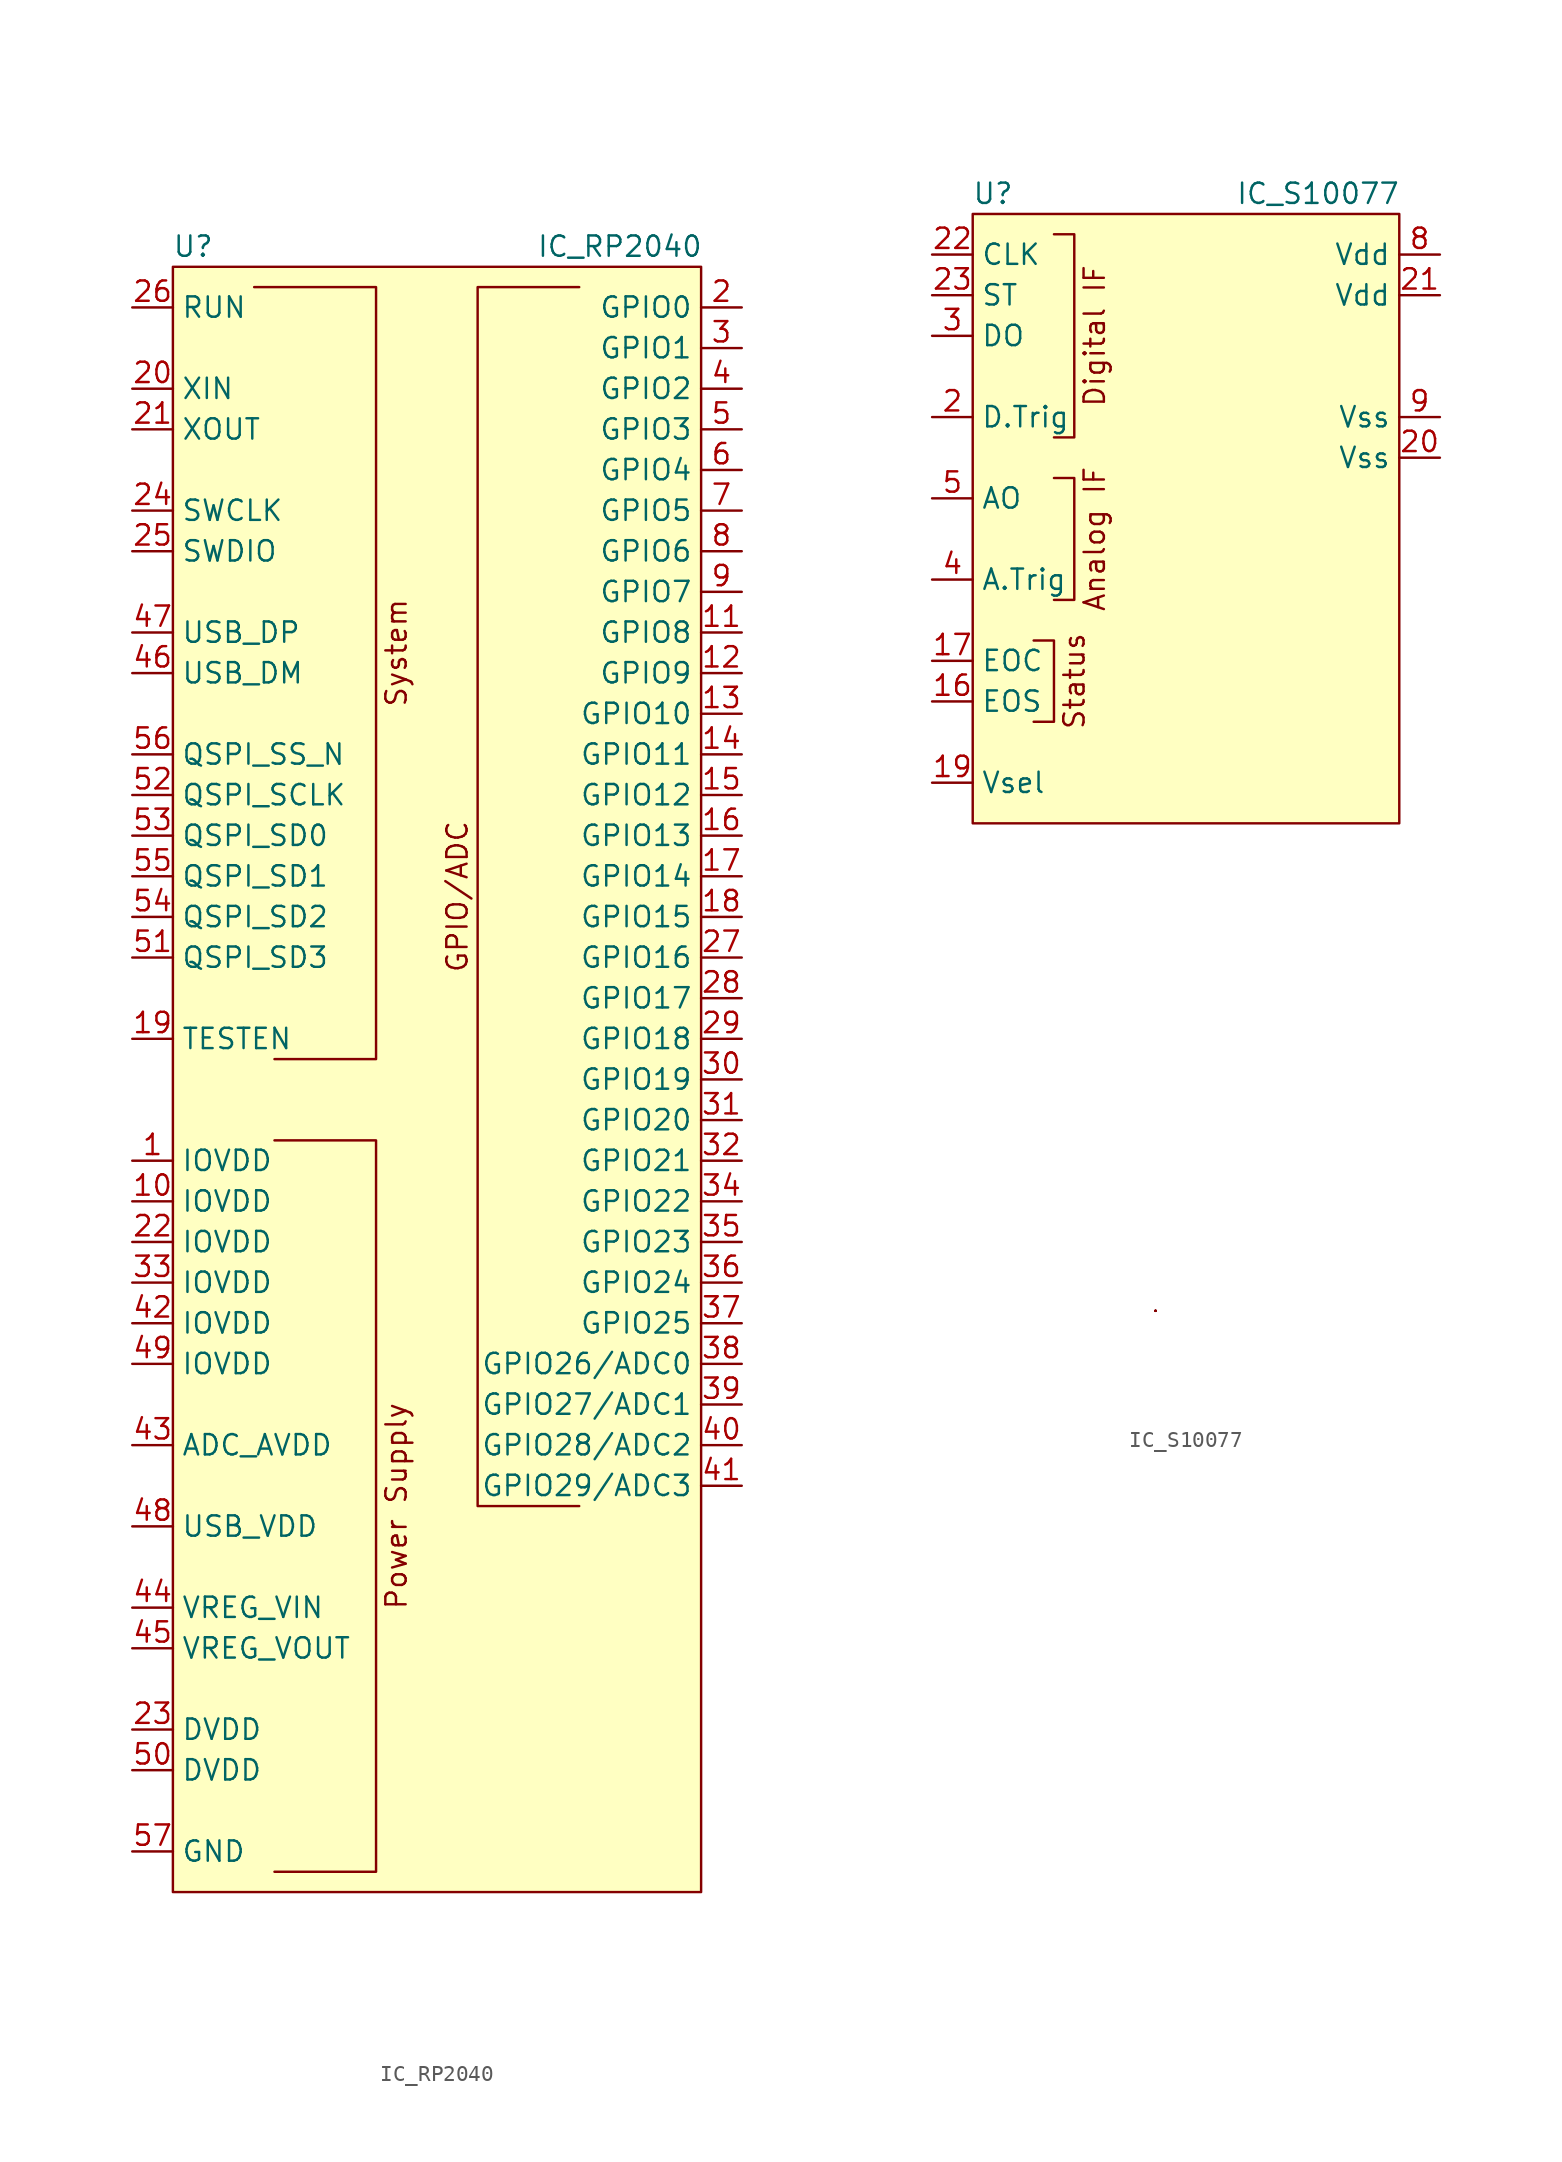
<source format=kicad_sym>
(kicad_symbol_lib
  (version 20220126)
  (generator kicad_symbol_editor)
  (symbol "IC_RP2040"
    (property "Reference" "U"
      (at -15.24 50.8 0)
      (effects (font (size 1.27 1.27))))
    (property "Value" "IC_RP2040"
      (at 11.43 50.8 0)
      (effects (font (size 1.27 1.27))))
    (symbol "IC_RP2040_0_0"
      (polyline (pts (xy -10.16 0) (xy -3.81 0) (xy -3.81 48.26) (xy -11.43 48.26)) (stroke (width 0) (type default)) (fill (type none)))
      (polyline (pts (xy 8.89 -27.94) (xy 2.54 -27.94) (xy 2.54 48.26) (xy 8.89 48.26)) (stroke (width 0) (type default)) (fill (type none)))
      (text "GPIO/ADC" (at 1.27 10.16 900) (effects (font (size 1.27 1.27))))
      (text "Power Supply" (at -2.54 -27.94 900) (effects (font (size 1.27 1.27))))
      (text "System\n" (at -2.54 25.4 900) (effects (font (size 1.27 1.27)))))
    (symbol "IC_RP2040_0_1"
      (rectangle (start -16.51 49.53) (end 16.51 -52.07) (stroke (width 0) (type default)) (fill (type background)))
      (polyline (pts (xy -10.16 -50.8) (xy -3.81 -50.8) (xy -3.81 -5.08) (xy -10.16 -5.08)) (stroke (width 0) (type default)) (fill (type none))))
    (symbol "IC_RP2040_1_1"
      (pin power_in line (at -19.05 -6.35 0) (length 2.54) (name "IOVDD" (effects (font (size 1.27 1.27)))) (number "1" (effects (font (size 1.27 1.27)))))
      (pin power_in line (at -19.05 -8.89 0) (length 2.54) (name "IOVDD" (effects (font (size 1.27 1.27)))) (number "10" (effects (font (size 1.27 1.27)))))
      (pin bidirectional line (at 19.05 26.67 180) (length 2.54) (name "GPIO8" (effects (font (size 1.27 1.27)))) (number "11" (effects (font (size 1.27 1.27)))))
      (pin bidirectional line (at 19.05 24.13 180) (length 2.54) (name "GPIO9" (effects (font (size 1.27 1.27)))) (number "12" (effects (font (size 1.27 1.27)))))
      (pin bidirectional line (at 19.05 21.59 180) (length 2.54) (name "GPIO10" (effects (font (size 1.27 1.27)))) (number "13" (effects (font (size 1.27 1.27)))))
      (pin bidirectional line (at 19.05 19.05 180) (length 2.54) (name "GPIO11" (effects (font (size 1.27 1.27)))) (number "14" (effects (font (size 1.27 1.27)))))
      (pin bidirectional line (at 19.05 16.51 180) (length 2.54) (name "GPIO12" (effects (font (size 1.27 1.27)))) (number "15" (effects (font (size 1.27 1.27)))))
      (pin bidirectional line (at 19.05 13.97 180) (length 2.54) (name "GPIO13" (effects (font (size 1.27 1.27)))) (number "16" (effects (font (size 1.27 1.27)))))
      (pin bidirectional line (at 19.05 11.43 180) (length 2.54) (name "GPIO14" (effects (font (size 1.27 1.27)))) (number "17" (effects (font (size 1.27 1.27)))))
      (pin bidirectional line (at 19.05 8.89 180) (length 2.54) (name "GPIO15" (effects (font (size 1.27 1.27)))) (number "18" (effects (font (size 1.27 1.27)))))
      (pin passive line (at -19.05 1.27 0) (length 2.54) (name "TESTEN" (effects (font (size 1.27 1.27)))) (number "19" (effects (font (size 1.27 1.27)))))
      (pin bidirectional line (at 19.05 46.99 180) (length 2.54) (name "GPIO0" (effects (font (size 1.27 1.27)))) (number "2" (effects (font (size 1.27 1.27)))))
      (pin passive line (at -19.05 41.91 0) (length 2.54) (name "XIN" (effects (font (size 1.27 1.27)))) (number "20" (effects (font (size 1.27 1.27)))))
      (pin passive line (at -19.05 39.37 0) (length 2.54) (name "XOUT" (effects (font (size 1.27 1.27)))) (number "21" (effects (font (size 1.27 1.27)))))
      (pin power_in line (at -19.05 -11.43 0) (length 2.54) (name "IOVDD" (effects (font (size 1.27 1.27)))) (number "22" (effects (font (size 1.27 1.27)))))
      (pin power_in line (at -19.05 -41.91 0) (length 2.54) (name "DVDD" (effects (font (size 1.27 1.27)))) (number "23" (effects (font (size 1.27 1.27)))))
      (pin bidirectional line (at -19.05 34.29 0) (length 2.54) (name "SWCLK" (effects (font (size 1.27 1.27)))) (number "24" (effects (font (size 1.27 1.27)))))
      (pin bidirectional line (at -19.05 31.75 0) (length 2.54) (name "SWDIO" (effects (font (size 1.27 1.27)))) (number "25" (effects (font (size 1.27 1.27)))))
      (pin input line (at -19.05 46.99 0) (length 2.54) (name "RUN" (effects (font (size 1.27 1.27)))) (number "26" (effects (font (size 1.27 1.27)))))
      (pin bidirectional line (at 19.05 6.35 180) (length 2.54) (name "GPIO16" (effects (font (size 1.27 1.27)))) (number "27" (effects (font (size 1.27 1.27)))))
      (pin bidirectional line (at 19.05 3.81 180) (length 2.54) (name "GPIO17" (effects (font (size 1.27 1.27)))) (number "28" (effects (font (size 1.27 1.27)))))
      (pin bidirectional line (at 19.05 1.27 180) (length 2.54) (name "GPIO18" (effects (font (size 1.27 1.27)))) (number "29" (effects (font (size 1.27 1.27)))))
      (pin bidirectional line (at 19.05 44.45 180) (length 2.54) (name "GPIO1" (effects (font (size 1.27 1.27)))) (number "3" (effects (font (size 1.27 1.27)))))
      (pin bidirectional line (at 19.05 -1.27 180) (length 2.54) (name "GPIO19" (effects (font (size 1.27 1.27)))) (number "30" (effects (font (size 1.27 1.27)))))
      (pin bidirectional line (at 19.05 -3.81 180) (length 2.54) (name "GPIO20" (effects (font (size 1.27 1.27)))) (number "31" (effects (font (size 1.27 1.27)))))
      (pin bidirectional line (at 19.05 -6.35 180) (length 2.54) (name "GPIO21" (effects (font (size 1.27 1.27)))) (number "32" (effects (font (size 1.27 1.27)))))
      (pin power_in line (at -19.05 -13.97 0) (length 2.54) (name "IOVDD" (effects (font (size 1.27 1.27)))) (number "33" (effects (font (size 1.27 1.27)))))
      (pin bidirectional line (at 19.05 -8.89 180) (length 2.54) (name "GPIO22" (effects (font (size 1.27 1.27)))) (number "34" (effects (font (size 1.27 1.27)))))
      (pin bidirectional line (at 19.05 -11.43 180) (length 2.54) (name "GPIO23" (effects (font (size 1.27 1.27)))) (number "35" (effects (font (size 1.27 1.27)))))
      (pin bidirectional line (at 19.05 -13.97 180) (length 2.54) (name "GPIO24" (effects (font (size 1.27 1.27)))) (number "36" (effects (font (size 1.27 1.27)))))
      (pin bidirectional line (at 19.05 -16.51 180) (length 2.54) (name "GPIO25" (effects (font (size 1.27 1.27)))) (number "37" (effects (font (size 1.27 1.27)))))
      (pin bidirectional line (at 19.05 -19.05 180) (length 2.54) (name "GPIO26/ADC0" (effects (font (size 1.27 1.27)))) (number "38" (effects (font (size 1.27 1.27)))))
      (pin bidirectional line (at 19.05 -21.59 180) (length 2.54) (name "GPIO27/ADC1" (effects (font (size 1.27 1.27)))) (number "39" (effects (font (size 1.27 1.27)))))
      (pin bidirectional line (at 19.05 41.91 180) (length 2.54) (name "GPIO2" (effects (font (size 1.27 1.27)))) (number "4" (effects (font (size 1.27 1.27)))))
      (pin bidirectional line (at 19.05 -24.13 180) (length 2.54) (name "GPIO28/ADC2" (effects (font (size 1.27 1.27)))) (number "40" (effects (font (size 1.27 1.27)))))
      (pin bidirectional line (at 19.05 -26.67 180) (length 2.54) (name "GPIO29/ADC3" (effects (font (size 1.27 1.27)))) (number "41" (effects (font (size 1.27 1.27)))))
      (pin power_in line (at -19.05 -16.51 0) (length 2.54) (name "IOVDD" (effects (font (size 1.27 1.27)))) (number "42" (effects (font (size 1.27 1.27)))))
      (pin power_in line (at -19.05 -24.13 0) (length 2.54) (name "ADC_AVDD" (effects (font (size 1.27 1.27)))) (number "43" (effects (font (size 1.27 1.27)))))
      (pin power_in line (at -19.05 -34.29 0) (length 2.54) (name "VREG_VIN" (effects (font (size 1.27 1.27)))) (number "44" (effects (font (size 1.27 1.27)))))
      (pin power_out line (at -19.05 -36.83 0) (length 2.54) (name "VREG_VOUT" (effects (font (size 1.27 1.27)))) (number "45" (effects (font (size 1.27 1.27)))))
      (pin bidirectional line (at -19.05 24.13 0) (length 2.54) (name "USB_DM" (effects (font (size 1.27 1.27)))) (number "46" (effects (font (size 1.27 1.27)))))
      (pin bidirectional line (at -19.05 26.67 0) (length 2.54) (name "USB_DP" (effects (font (size 1.27 1.27)))) (number "47" (effects (font (size 1.27 1.27)))))
      (pin power_in line (at -19.05 -29.21 0) (length 2.54) (name "USB_VDD" (effects (font (size 1.27 1.27)))) (number "48" (effects (font (size 1.27 1.27)))))
      (pin power_in line (at -19.05 -19.05 0) (length 2.54) (name "IOVDD" (effects (font (size 1.27 1.27)))) (number "49" (effects (font (size 1.27 1.27)))))
      (pin bidirectional line (at 19.05 39.37 180) (length 2.54) (name "GPIO3" (effects (font (size 1.27 1.27)))) (number "5" (effects (font (size 1.27 1.27)))))
      (pin power_in line (at -19.05 -44.45 0) (length 2.54) (name "DVDD" (effects (font (size 1.27 1.27)))) (number "50" (effects (font (size 1.27 1.27)))))
      (pin bidirectional line (at -19.05 6.35 0) (length 2.54) (name "QSPI_SD3" (effects (font (size 1.27 1.27)))) (number "51" (effects (font (size 1.27 1.27)))))
      (pin bidirectional line (at -19.05 16.51 0) (length 2.54) (name "QSPI_SCLK" (effects (font (size 1.27 1.27)))) (number "52" (effects (font (size 1.27 1.27)))))
      (pin bidirectional line (at -19.05 13.97 0) (length 2.54) (name "QSPI_SD0" (effects (font (size 1.27 1.27)))) (number "53" (effects (font (size 1.27 1.27)))))
      (pin bidirectional line (at -19.05 8.89 0) (length 2.54) (name "QSPI_SD2" (effects (font (size 1.27 1.27)))) (number "54" (effects (font (size 1.27 1.27)))))
      (pin bidirectional line (at -19.05 11.43 0) (length 2.54) (name "QSPI_SD1" (effects (font (size 1.27 1.27)))) (number "55" (effects (font (size 1.27 1.27)))))
      (pin bidirectional line (at -19.05 19.05 0) (length 2.54) (name "QSPI_SS_N" (effects (font (size 1.27 1.27)))) (number "56" (effects (font (size 1.27 1.27)))))
      (pin power_in line (at -19.05 -49.53 0) (length 2.54) (name "GND" (effects (font (size 1.27 1.27)))) (number "57" (effects (font (size 1.27 1.27)))))
      (pin bidirectional line (at 19.05 36.83 180) (length 2.54) (name "GPIO4" (effects (font (size 1.27 1.27)))) (number "6" (effects (font (size 1.27 1.27)))))
      (pin bidirectional line (at 19.05 34.29 180) (length 2.54) (name "GPIO5" (effects (font (size 1.27 1.27)))) (number "7" (effects (font (size 1.27 1.27)))))
      (pin bidirectional line (at 19.05 31.75 180) (length 2.54) (name "GPIO6" (effects (font (size 1.27 1.27)))) (number "8" (effects (font (size 1.27 1.27)))))
      (pin bidirectional line (at 19.05 29.21 180) (length 2.54) (name "GPIO7" (effects (font (size 1.27 1.27)))) (number "9" (effects (font (size 1.27 1.27)))))))
  (symbol "IC_S10077"
    (property "Reference" "U"
      (at -12.7 21.59 0)
      (effects (font (size 1.27 1.27))))
    (property "Value" "IC_S10077"
      (at 7.62 21.59 0)
      (effects (font (size 1.27 1.27))))
    (symbol "IC_S10077_0_0"
      (text "Analog IF" (at -6.35 0 900) (effects (font (size 1.27 1.27))))
      (text "Digital IF" (at -6.35 12.7 900) (effects (font (size 1.27 1.27))))
      (text "Status" (at -7.62 -8.89 900) (effects (font (size 1.27 1.27)))))
    (symbol "IC_S10077_0_1"
      (rectangle (start -13.97 20.32) (end 12.7 -17.78) (stroke (width 0) (type default)) (fill (type background)))
      (rectangle (start -2.54 -48.26) (end -2.54 -48.26) (stroke (width 0) (type default)) (fill (type none)))
      (rectangle (start -2.54 -48.26) (end -2.54 -48.26) (stroke (width 0) (type default)) (fill (type none)))
      (rectangle (start -2.54 -48.26) (end -2.54 -48.26) (stroke (width 0) (type default)) (fill (type none)))
      (rectangle (start -2.54 -48.26) (end -2.54 -48.26) (stroke (width 0) (type default)) (fill (type none)))
      (rectangle (start -2.54 -48.26) (end -2.54 -48.26) (stroke (width 0) (type default)) (fill (type none)))
      (rectangle (start -2.54 -48.26) (end -2.54 -48.26) (stroke (width 0) (type default)) (fill (type none)))
      (polyline (pts (xy -10.16 -6.35) (xy -8.89 -6.35) (xy -8.89 -11.43) (xy -10.16 -11.43)) (stroke (width 0) (type default)) (fill (type none)))
      (polyline (pts (xy -8.89 -3.81) (xy -7.62 -3.81) (xy -7.62 3.81) (xy -8.89 3.81)) (stroke (width 0) (type default)) (fill (type none)))
      (polyline (pts (xy -8.89 6.35) (xy -7.62 6.35) (xy -7.62 19.05) (xy -8.89 19.05)) (stroke (width 0) (type default)) (fill (type none))))
    (symbol "IC_S10077_1_1"
      (pin no_connect line (at 15.24 2.54 180) (length 2.54) hide (name "NC" (effects (font (size 1.27 1.27)))) (number "1" (effects (font (size 1.27 1.27)))))
      (pin no_connect line (at 15.24 -5.08 180) (length 2.54) hide (name "NC" (effects (font (size 1.27 1.27)))) (number "10" (effects (font (size 1.27 1.27)))))
      (pin no_connect line (at 15.24 -7.62 180) (length 2.54) hide (name "NC" (effects (font (size 1.27 1.27)))) (number "11" (effects (font (size 1.27 1.27)))))
      (pin no_connect line (at 15.24 -10.16 180) (length 2.54) hide (name "NC" (effects (font (size 1.27 1.27)))) (number "12" (effects (font (size 1.27 1.27)))))
      (pin no_connect line (at 15.24 -12.7 180) (length 2.54) hide (name "NC" (effects (font (size 1.27 1.27)))) (number "13" (effects (font (size 1.27 1.27)))))
      (pin no_connect line (at 15.24 -15.24 180) (length 2.54) hide (name "NC" (effects (font (size 1.27 1.27)))) (number "14" (effects (font (size 1.27 1.27)))))
      (pin no_connect line (at 2.54 -20.32 90) (length 2.54) hide (name "NC" (effects (font (size 1.27 1.27)))) (number "15" (effects (font (size 1.27 1.27)))))
      (pin output line (at -16.51 -10.16 0) (length 2.54) (name "EOS" (effects (font (size 1.27 1.27)))) (number "16" (effects (font (size 1.27 1.27)))))
      (pin output line (at -16.51 -7.62 0) (length 2.54) (name "EOC" (effects (font (size 1.27 1.27)))) (number "17" (effects (font (size 1.27 1.27)))))
      (pin no_connect line (at 0 -20.32 90) (length 2.54) hide (name "NC" (effects (font (size 1.27 1.27)))) (number "18" (effects (font (size 1.27 1.27)))))
      (pin input line (at -16.51 -15.24 0) (length 2.54) (name "Vsel" (effects (font (size 1.27 1.27)))) (number "19" (effects (font (size 1.27 1.27)))))
      (pin output line (at -16.51 7.62 0) (length 2.54) (name "D.Trig" (effects (font (size 1.27 1.27)))) (number "2" (effects (font (size 1.27 1.27)))))
      (pin power_in line (at 15.24 5.08 180) (length 2.54) (name "Vss" (effects (font (size 1.27 1.27)))) (number "20" (effects (font (size 1.27 1.27)))))
      (pin power_in line (at 15.24 15.24 180) (length 2.54) (name "Vdd" (effects (font (size 1.27 1.27)))) (number "21" (effects (font (size 1.27 1.27)))))
      (pin input line (at -16.51 17.78 0) (length 2.54) (name "CLK" (effects (font (size 1.27 1.27)))) (number "22" (effects (font (size 1.27 1.27)))))
      (pin input line (at -16.51 15.24 0) (length 2.54) (name "ST" (effects (font (size 1.27 1.27)))) (number "23" (effects (font (size 1.27 1.27)))))
      (pin no_connect line (at -2.54 -20.32 90) (length 2.54) hide (name "NC" (effects (font (size 1.27 1.27)))) (number "24" (effects (font (size 1.27 1.27)))))
      (pin output line (at -16.51 12.7 0) (length 2.54) (name "DO" (effects (font (size 1.27 1.27)))) (number "3" (effects (font (size 1.27 1.27)))))
      (pin output line (at -16.51 -2.54 0) (length 2.54) (name "A.Trig" (effects (font (size 1.27 1.27)))) (number "4" (effects (font (size 1.27 1.27)))))
      (pin output line (at -16.51 2.54 0) (length 2.54) (name "AO" (effects (font (size 1.27 1.27)))) (number "5" (effects (font (size 1.27 1.27)))))
      (pin no_connect line (at 15.24 0 180) (length 2.54) hide (name "NC" (effects (font (size 1.27 1.27)))) (number "6" (effects (font (size 1.27 1.27)))))
      (pin no_connect line (at 15.24 -2.54 180) (length 2.54) hide (name "NC" (effects (font (size 1.27 1.27)))) (number "7" (effects (font (size 1.27 1.27)))))
      (pin power_in line (at 15.24 17.78 180) (length 2.54) (name "Vdd" (effects (font (size 1.27 1.27)))) (number "8" (effects (font (size 1.27 1.27)))))
      (pin power_in line (at 15.24 7.62 180) (length 2.54) (name "Vss" (effects (font (size 1.27 1.27)))) (number "9" (effects (font (size 1.27 1.27))))))))
</source>
